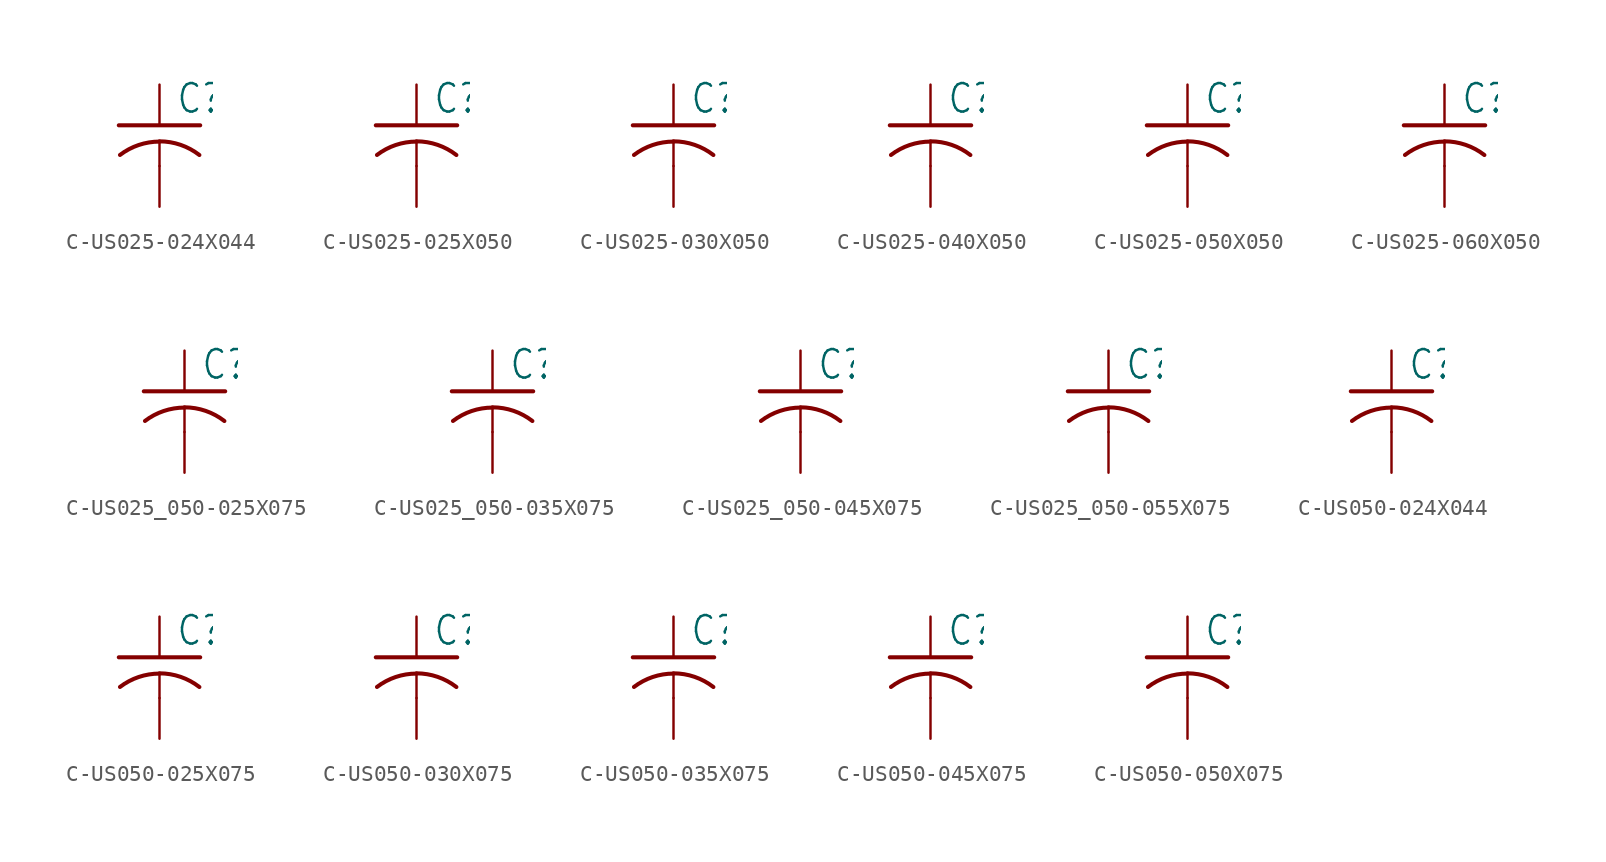
<source format=kicad_sym>
(kicad_symbol_lib
  (version 20241209)
  (generator "kicad_symbol_editor")
  (generator_version "9.0")
  (symbol "C-US025-024X044"
    (property "Reference" "C"
      (at 1.016 0.635 0)
      (effects (font (size 1.778 1.511)) (justify left bottom)))
    (property "Value" ""
      (at 1.016 -4.191 0)
      (effects (font (size 1.778 1.511)) (justify left bottom)))
    (property "ki_locked" ""
      (at 0 0 0)
      (effects (font (size 1.27 1.27))))
    (symbol "C-US025-024X044_1_0"
      (polyline (pts (xy -2.54 0) (xy 2.54 0)) (stroke (width 0.254) (type solid)) (fill (type none)))
      (arc (start 0 -1) (mid 1.3158 -1.2195) (end 2.4892 -1.8541) (stroke (width 0.254) (type solid)) (fill (type none)))
      (arc (start -2.4668 -1.8504) (mid -1.302 -1.2303) (end 0 -1.0161) (stroke (width 0.254) (type solid)) (fill (type none)))
      (polyline (pts (xy 0 -1.016) (xy 0 -2.54)) (stroke (width 0.152) (type solid)) (fill (type none)))
      (pin passive line (at 0 2.54 270) (length 2.54) (name "1" (effects (font (size 0 0)))) (number "1" (effects (font (size 0 0)))))
      (pin passive line (at 0 -5.08 90) (length 2.54) (name "2" (effects (font (size 0 0)))) (number "2" (effects (font (size 0 0)))))))
  (symbol "C-US025-025X050"
    (property "Reference" "C"
      (at 1.016 0.635 0)
      (effects (font (size 1.778 1.511)) (justify left bottom)))
    (property "Value" ""
      (at 1.016 -4.191 0)
      (effects (font (size 1.778 1.511)) (justify left bottom)))
    (property "ki_locked" ""
      (at 0 0 0)
      (effects (font (size 1.27 1.27))))
    (symbol "C-US025-025X050_1_0"
      (polyline (pts (xy -2.54 0) (xy 2.54 0)) (stroke (width 0.254) (type solid)) (fill (type none)))
      (arc (start 0 -1) (mid 1.3158 -1.2195) (end 2.4892 -1.8541) (stroke (width 0.254) (type solid)) (fill (type none)))
      (arc (start -2.4668 -1.8504) (mid -1.302 -1.2303) (end 0 -1.0161) (stroke (width 0.254) (type solid)) (fill (type none)))
      (polyline (pts (xy 0 -1.016) (xy 0 -2.54)) (stroke (width 0.152) (type solid)) (fill (type none)))
      (pin passive line (at 0 2.54 270) (length 2.54) (name "1" (effects (font (size 0 0)))) (number "1" (effects (font (size 0 0)))))
      (pin passive line (at 0 -5.08 90) (length 2.54) (name "2" (effects (font (size 0 0)))) (number "2" (effects (font (size 0 0)))))))
  (symbol "C-US025-030X050"
    (property "Reference" "C"
      (at 1.016 0.635 0)
      (effects (font (size 1.778 1.511)) (justify left bottom)))
    (property "Value" ""
      (at 1.016 -4.191 0)
      (effects (font (size 1.778 1.511)) (justify left bottom)))
    (property "ki_locked" ""
      (at 0 0 0)
      (effects (font (size 1.27 1.27))))
    (symbol "C-US025-030X050_1_0"
      (polyline (pts (xy -2.54 0) (xy 2.54 0)) (stroke (width 0.254) (type solid)) (fill (type none)))
      (arc (start 0 -1) (mid 1.3158 -1.2195) (end 2.4892 -1.8541) (stroke (width 0.254) (type solid)) (fill (type none)))
      (arc (start -2.4668 -1.8504) (mid -1.302 -1.2303) (end 0 -1.0161) (stroke (width 0.254) (type solid)) (fill (type none)))
      (polyline (pts (xy 0 -1.016) (xy 0 -2.54)) (stroke (width 0.152) (type solid)) (fill (type none)))
      (pin passive line (at 0 2.54 270) (length 2.54) (name "1" (effects (font (size 0 0)))) (number "1" (effects (font (size 0 0)))))
      (pin passive line (at 0 -5.08 90) (length 2.54) (name "2" (effects (font (size 0 0)))) (number "2" (effects (font (size 0 0)))))))
  (symbol "C-US025-040X050"
    (property "Reference" "C"
      (at 1.016 0.635 0)
      (effects (font (size 1.778 1.511)) (justify left bottom)))
    (property "Value" ""
      (at 1.016 -4.191 0)
      (effects (font (size 1.778 1.511)) (justify left bottom)))
    (property "ki_locked" ""
      (at 0 0 0)
      (effects (font (size 1.27 1.27))))
    (symbol "C-US025-040X050_1_0"
      (polyline (pts (xy -2.54 0) (xy 2.54 0)) (stroke (width 0.254) (type solid)) (fill (type none)))
      (arc (start 0 -1) (mid 1.3158 -1.2195) (end 2.4892 -1.8541) (stroke (width 0.254) (type solid)) (fill (type none)))
      (arc (start -2.4668 -1.8504) (mid -1.302 -1.2303) (end 0 -1.0161) (stroke (width 0.254) (type solid)) (fill (type none)))
      (polyline (pts (xy 0 -1.016) (xy 0 -2.54)) (stroke (width 0.152) (type solid)) (fill (type none)))
      (pin passive line (at 0 2.54 270) (length 2.54) (name "1" (effects (font (size 0 0)))) (number "1" (effects (font (size 0 0)))))
      (pin passive line (at 0 -5.08 90) (length 2.54) (name "2" (effects (font (size 0 0)))) (number "2" (effects (font (size 0 0)))))))
  (symbol "C-US025-050X050"
    (property "Reference" "C"
      (at 1.016 0.635 0)
      (effects (font (size 1.778 1.511)) (justify left bottom)))
    (property "Value" ""
      (at 1.016 -4.191 0)
      (effects (font (size 1.778 1.511)) (justify left bottom)))
    (property "ki_locked" ""
      (at 0 0 0)
      (effects (font (size 1.27 1.27))))
    (symbol "C-US025-050X050_1_0"
      (polyline (pts (xy -2.54 0) (xy 2.54 0)) (stroke (width 0.254) (type solid)) (fill (type none)))
      (arc (start 0 -1) (mid 1.3158 -1.2195) (end 2.4892 -1.8541) (stroke (width 0.254) (type solid)) (fill (type none)))
      (arc (start -2.4668 -1.8504) (mid -1.302 -1.2303) (end 0 -1.0161) (stroke (width 0.254) (type solid)) (fill (type none)))
      (polyline (pts (xy 0 -1.016) (xy 0 -2.54)) (stroke (width 0.152) (type solid)) (fill (type none)))
      (pin passive line (at 0 2.54 270) (length 2.54) (name "1" (effects (font (size 0 0)))) (number "1" (effects (font (size 0 0)))))
      (pin passive line (at 0 -5.08 90) (length 2.54) (name "2" (effects (font (size 0 0)))) (number "2" (effects (font (size 0 0)))))))
  (symbol "C-US025-060X050"
    (property "Reference" "C"
      (at 1.016 0.635 0)
      (effects (font (size 1.778 1.511)) (justify left bottom)))
    (property "Value" ""
      (at 1.016 -4.191 0)
      (effects (font (size 1.778 1.511)) (justify left bottom)))
    (property "ki_locked" ""
      (at 0 0 0)
      (effects (font (size 1.27 1.27))))
    (symbol "C-US025-060X050_1_0"
      (polyline (pts (xy -2.54 0) (xy 2.54 0)) (stroke (width 0.254) (type solid)) (fill (type none)))
      (arc (start 0 -1) (mid 1.3158 -1.2195) (end 2.4892 -1.8541) (stroke (width 0.254) (type solid)) (fill (type none)))
      (arc (start -2.4668 -1.8504) (mid -1.302 -1.2303) (end 0 -1.0161) (stroke (width 0.254) (type solid)) (fill (type none)))
      (polyline (pts (xy 0 -1.016) (xy 0 -2.54)) (stroke (width 0.152) (type solid)) (fill (type none)))
      (pin passive line (at 0 2.54 270) (length 2.54) (name "1" (effects (font (size 0 0)))) (number "1" (effects (font (size 0 0)))))
      (pin passive line (at 0 -5.08 90) (length 2.54) (name "2" (effects (font (size 0 0)))) (number "2" (effects (font (size 0 0)))))))
  (symbol "C-US025_050-025X075"
    (property "Reference" "C"
      (at 1.016 0.635 0)
      (effects (font (size 1.778 1.511)) (justify left bottom)))
    (property "Value" ""
      (at 1.016 -4.191 0)
      (effects (font (size 1.778 1.511)) (justify left bottom)))
    (property "ki_locked" ""
      (at 0 0 0)
      (effects (font (size 1.27 1.27))))
    (symbol "C-US025_050-025X075_1_0"
      (polyline (pts (xy -2.54 0) (xy 2.54 0)) (stroke (width 0.254) (type solid)) (fill (type none)))
      (arc (start 0 -1) (mid 1.3158 -1.2195) (end 2.4892 -1.8541) (stroke (width 0.254) (type solid)) (fill (type none)))
      (arc (start -2.4668 -1.8504) (mid -1.302 -1.2303) (end 0 -1.0161) (stroke (width 0.254) (type solid)) (fill (type none)))
      (polyline (pts (xy 0 -1.016) (xy 0 -2.54)) (stroke (width 0.152) (type solid)) (fill (type none)))
      (pin passive line (at 0 2.54 270) (length 2.54) (name "1" (effects (font (size 0 0)))) (number "1" (effects (font (size 0 0)))))
      (pin passive line (at 0 -5.08 90) (length 2.54) (name "2" (effects (font (size 0 0)))) (number "2" (effects (font (size 0 0)))))))
  (symbol "C-US025_050-035X075"
    (property "Reference" "C"
      (at 1.016 0.635 0)
      (effects (font (size 1.778 1.511)) (justify left bottom)))
    (property "Value" ""
      (at 1.016 -4.191 0)
      (effects (font (size 1.778 1.511)) (justify left bottom)))
    (property "ki_locked" ""
      (at 0 0 0)
      (effects (font (size 1.27 1.27))))
    (symbol "C-US025_050-035X075_1_0"
      (polyline (pts (xy -2.54 0) (xy 2.54 0)) (stroke (width 0.254) (type solid)) (fill (type none)))
      (arc (start 0 -1) (mid 1.3158 -1.2195) (end 2.4892 -1.8541) (stroke (width 0.254) (type solid)) (fill (type none)))
      (arc (start -2.4668 -1.8504) (mid -1.302 -1.2303) (end 0 -1.0161) (stroke (width 0.254) (type solid)) (fill (type none)))
      (polyline (pts (xy 0 -1.016) (xy 0 -2.54)) (stroke (width 0.152) (type solid)) (fill (type none)))
      (pin passive line (at 0 2.54 270) (length 2.54) (name "1" (effects (font (size 0 0)))) (number "1" (effects (font (size 0 0)))))
      (pin passive line (at 0 -5.08 90) (length 2.54) (name "2" (effects (font (size 0 0)))) (number "2" (effects (font (size 0 0)))))))
  (symbol "C-US025_050-045X075"
    (property "Reference" "C"
      (at 1.016 0.635 0)
      (effects (font (size 1.778 1.511)) (justify left bottom)))
    (property "Value" ""
      (at 1.016 -4.191 0)
      (effects (font (size 1.778 1.511)) (justify left bottom)))
    (property "ki_locked" ""
      (at 0 0 0)
      (effects (font (size 1.27 1.27))))
    (symbol "C-US025_050-045X075_1_0"
      (polyline (pts (xy -2.54 0) (xy 2.54 0)) (stroke (width 0.254) (type solid)) (fill (type none)))
      (arc (start 0 -1) (mid 1.3158 -1.2195) (end 2.4892 -1.8541) (stroke (width 0.254) (type solid)) (fill (type none)))
      (arc (start -2.4668 -1.8504) (mid -1.302 -1.2303) (end 0 -1.0161) (stroke (width 0.254) (type solid)) (fill (type none)))
      (polyline (pts (xy 0 -1.016) (xy 0 -2.54)) (stroke (width 0.152) (type solid)) (fill (type none)))
      (pin passive line (at 0 2.54 270) (length 2.54) (name "1" (effects (font (size 0 0)))) (number "1" (effects (font (size 0 0)))))
      (pin passive line (at 0 -5.08 90) (length 2.54) (name "2" (effects (font (size 0 0)))) (number "2" (effects (font (size 0 0)))))))
  (symbol "C-US025_050-055X075"
    (property "Reference" "C"
      (at 1.016 0.635 0)
      (effects (font (size 1.778 1.511)) (justify left bottom)))
    (property "Value" ""
      (at 1.016 -4.191 0)
      (effects (font (size 1.778 1.511)) (justify left bottom)))
    (property "ki_locked" ""
      (at 0 0 0)
      (effects (font (size 1.27 1.27))))
    (symbol "C-US025_050-055X075_1_0"
      (polyline (pts (xy -2.54 0) (xy 2.54 0)) (stroke (width 0.254) (type solid)) (fill (type none)))
      (arc (start 0 -1) (mid 1.3158 -1.2195) (end 2.4892 -1.8541) (stroke (width 0.254) (type solid)) (fill (type none)))
      (arc (start -2.4668 -1.8504) (mid -1.302 -1.2303) (end 0 -1.0161) (stroke (width 0.254) (type solid)) (fill (type none)))
      (polyline (pts (xy 0 -1.016) (xy 0 -2.54)) (stroke (width 0.152) (type solid)) (fill (type none)))
      (pin passive line (at 0 2.54 270) (length 2.54) (name "1" (effects (font (size 0 0)))) (number "1" (effects (font (size 0 0)))))
      (pin passive line (at 0 -5.08 90) (length 2.54) (name "2" (effects (font (size 0 0)))) (number "2" (effects (font (size 0 0)))))))
  (symbol "C-US050-024X044"
    (property "Reference" "C"
      (at 1.016 0.635 0)
      (effects (font (size 1.778 1.511)) (justify left bottom)))
    (property "Value" ""
      (at 1.016 -4.191 0)
      (effects (font (size 1.778 1.511)) (justify left bottom)))
    (property "ki_locked" ""
      (at 0 0 0)
      (effects (font (size 1.27 1.27))))
    (symbol "C-US050-024X044_1_0"
      (polyline (pts (xy -2.54 0) (xy 2.54 0)) (stroke (width 0.254) (type solid)) (fill (type none)))
      (arc (start 0 -1) (mid 1.3158 -1.2195) (end 2.4892 -1.8541) (stroke (width 0.254) (type solid)) (fill (type none)))
      (arc (start -2.4668 -1.8504) (mid -1.302 -1.2303) (end 0 -1.0161) (stroke (width 0.254) (type solid)) (fill (type none)))
      (polyline (pts (xy 0 -1.016) (xy 0 -2.54)) (stroke (width 0.152) (type solid)) (fill (type none)))
      (pin passive line (at 0 2.54 270) (length 2.54) (name "1" (effects (font (size 0 0)))) (number "1" (effects (font (size 0 0)))))
      (pin passive line (at 0 -5.08 90) (length 2.54) (name "2" (effects (font (size 0 0)))) (number "2" (effects (font (size 0 0)))))))
  (symbol "C-US050-025X075"
    (property "Reference" "C"
      (at 1.016 0.635 0)
      (effects (font (size 1.778 1.511)) (justify left bottom)))
    (property "Value" ""
      (at 1.016 -4.191 0)
      (effects (font (size 1.778 1.511)) (justify left bottom)))
    (property "ki_locked" ""
      (at 0 0 0)
      (effects (font (size 1.27 1.27))))
    (symbol "C-US050-025X075_1_0"
      (polyline (pts (xy -2.54 0) (xy 2.54 0)) (stroke (width 0.254) (type solid)) (fill (type none)))
      (arc (start 0 -1) (mid 1.3158 -1.2195) (end 2.4892 -1.8541) (stroke (width 0.254) (type solid)) (fill (type none)))
      (arc (start -2.4668 -1.8504) (mid -1.302 -1.2303) (end 0 -1.0161) (stroke (width 0.254) (type solid)) (fill (type none)))
      (polyline (pts (xy 0 -1.016) (xy 0 -2.54)) (stroke (width 0.152) (type solid)) (fill (type none)))
      (pin passive line (at 0 2.54 270) (length 2.54) (name "1" (effects (font (size 0 0)))) (number "1" (effects (font (size 0 0)))))
      (pin passive line (at 0 -5.08 90) (length 2.54) (name "2" (effects (font (size 0 0)))) (number "2" (effects (font (size 0 0)))))))
  (symbol "C-US050-030X075"
    (property "Reference" "C"
      (at 1.016 0.635 0)
      (effects (font (size 1.778 1.511)) (justify left bottom)))
    (property "Value" ""
      (at 1.016 -4.191 0)
      (effects (font (size 1.778 1.511)) (justify left bottom)))
    (property "ki_locked" ""
      (at 0 0 0)
      (effects (font (size 1.27 1.27))))
    (symbol "C-US050-030X075_1_0"
      (polyline (pts (xy -2.54 0) (xy 2.54 0)) (stroke (width 0.254) (type solid)) (fill (type none)))
      (arc (start 0 -1) (mid 1.3158 -1.2195) (end 2.4892 -1.8541) (stroke (width 0.254) (type solid)) (fill (type none)))
      (arc (start -2.4668 -1.8504) (mid -1.302 -1.2303) (end 0 -1.0161) (stroke (width 0.254) (type solid)) (fill (type none)))
      (polyline (pts (xy 0 -1.016) (xy 0 -2.54)) (stroke (width 0.152) (type solid)) (fill (type none)))
      (pin passive line (at 0 2.54 270) (length 2.54) (name "1" (effects (font (size 0 0)))) (number "1" (effects (font (size 0 0)))))
      (pin passive line (at 0 -5.08 90) (length 2.54) (name "2" (effects (font (size 0 0)))) (number "2" (effects (font (size 0 0)))))))
  (symbol "C-US050-035X075"
    (property "Reference" "C"
      (at 1.016 0.635 0)
      (effects (font (size 1.778 1.511)) (justify left bottom)))
    (property "Value" ""
      (at 1.016 -4.191 0)
      (effects (font (size 1.778 1.511)) (justify left bottom)))
    (property "ki_locked" ""
      (at 0 0 0)
      (effects (font (size 1.27 1.27))))
    (symbol "C-US050-035X075_1_0"
      (polyline (pts (xy -2.54 0) (xy 2.54 0)) (stroke (width 0.254) (type solid)) (fill (type none)))
      (arc (start 0 -1) (mid 1.3158 -1.2195) (end 2.4892 -1.8541) (stroke (width 0.254) (type solid)) (fill (type none)))
      (arc (start -2.4668 -1.8504) (mid -1.302 -1.2303) (end 0 -1.0161) (stroke (width 0.254) (type solid)) (fill (type none)))
      (polyline (pts (xy 0 -1.016) (xy 0 -2.54)) (stroke (width 0.152) (type solid)) (fill (type none)))
      (pin passive line (at 0 2.54 270) (length 2.54) (name "1" (effects (font (size 0 0)))) (number "1" (effects (font (size 0 0)))))
      (pin passive line (at 0 -5.08 90) (length 2.54) (name "2" (effects (font (size 0 0)))) (number "2" (effects (font (size 0 0)))))))
  (symbol "C-US050-045X075"
    (property "Reference" "C"
      (at 1.016 0.635 0)
      (effects (font (size 1.778 1.511)) (justify left bottom)))
    (property "Value" ""
      (at 1.016 -4.191 0)
      (effects (font (size 1.778 1.511)) (justify left bottom)))
    (property "ki_locked" ""
      (at 0 0 0)
      (effects (font (size 1.27 1.27))))
    (symbol "C-US050-045X075_1_0"
      (polyline (pts (xy -2.54 0) (xy 2.54 0)) (stroke (width 0.254) (type solid)) (fill (type none)))
      (arc (start 0 -1) (mid 1.3158 -1.2195) (end 2.4892 -1.8541) (stroke (width 0.254) (type solid)) (fill (type none)))
      (arc (start -2.4668 -1.8504) (mid -1.302 -1.2303) (end 0 -1.0161) (stroke (width 0.254) (type solid)) (fill (type none)))
      (polyline (pts (xy 0 -1.016) (xy 0 -2.54)) (stroke (width 0.152) (type solid)) (fill (type none)))
      (pin passive line (at 0 2.54 270) (length 2.54) (name "1" (effects (font (size 0 0)))) (number "1" (effects (font (size 0 0)))))
      (pin passive line (at 0 -5.08 90) (length 2.54) (name "2" (effects (font (size 0 0)))) (number "2" (effects (font (size 0 0)))))))
  (symbol "C-US050-050X075"
    (property "Reference" "C"
      (at 1.016 0.635 0)
      (effects (font (size 1.778 1.511)) (justify left bottom)))
    (property "Value" ""
      (at 1.016 -4.191 0)
      (effects (font (size 1.778 1.511)) (justify left bottom)))
    (property "ki_locked" ""
      (at 0 0 0)
      (effects (font (size 1.27 1.27))))
    (symbol "C-US050-050X075_1_0"
      (polyline (pts (xy -2.54 0) (xy 2.54 0)) (stroke (width 0.254) (type solid)) (fill (type none)))
      (arc (start 0 -1) (mid 1.3158 -1.2195) (end 2.4892 -1.8541) (stroke (width 0.254) (type solid)) (fill (type none)))
      (arc (start -2.4668 -1.8504) (mid -1.302 -1.2303) (end 0 -1.0161) (stroke (width 0.254) (type solid)) (fill (type none)))
      (polyline (pts (xy 0 -1.016) (xy 0 -2.54)) (stroke (width 0.152) (type solid)) (fill (type none)))
      (pin passive line (at 0 2.54 270) (length 2.54) (name "1" (effects (font (size 0 0)))) (number "1" (effects (font (size 0 0)))))
      (pin passive line (at 0 -5.08 90) (length 2.54) (name "2" (effects (font (size 0 0)))) (number "2" (effects (font (size 0 0))))))))
</source>
